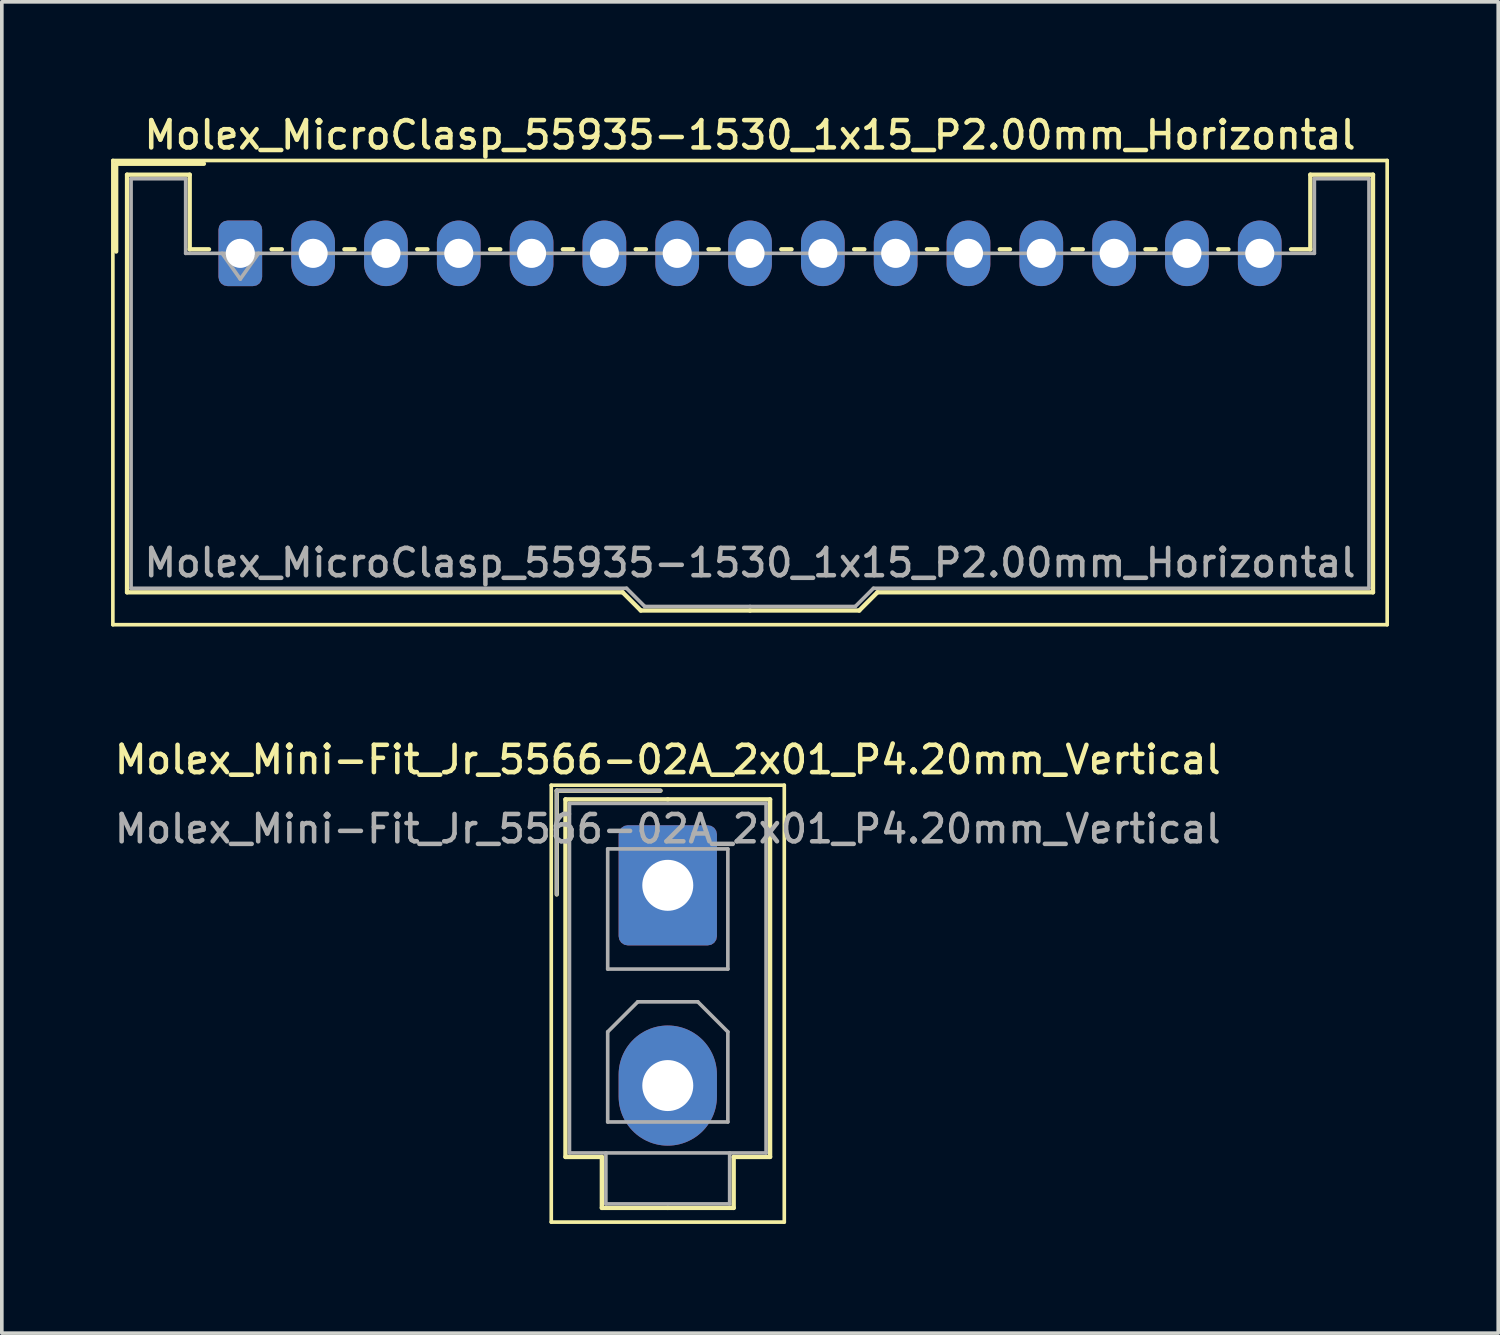
<source format=kicad_pcb>
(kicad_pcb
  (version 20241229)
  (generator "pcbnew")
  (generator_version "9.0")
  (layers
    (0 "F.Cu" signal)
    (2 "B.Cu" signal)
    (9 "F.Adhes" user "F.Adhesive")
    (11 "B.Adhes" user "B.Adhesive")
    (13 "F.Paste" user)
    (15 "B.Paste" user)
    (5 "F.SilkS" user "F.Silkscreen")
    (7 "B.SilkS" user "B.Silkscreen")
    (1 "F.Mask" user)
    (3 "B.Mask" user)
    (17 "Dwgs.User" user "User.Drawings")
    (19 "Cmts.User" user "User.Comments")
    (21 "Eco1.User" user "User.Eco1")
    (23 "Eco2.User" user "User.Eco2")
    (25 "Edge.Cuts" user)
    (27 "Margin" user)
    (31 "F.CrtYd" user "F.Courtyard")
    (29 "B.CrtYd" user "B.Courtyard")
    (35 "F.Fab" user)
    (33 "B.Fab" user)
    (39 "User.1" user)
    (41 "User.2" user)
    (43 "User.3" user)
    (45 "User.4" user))
  (footprint "Molex_Mini-Fit_Jr_5566-02A_2x01_P4.20mm_Vertical"
    (layer "F.Cu")
    (at 15.291 21.266)
    (property "Reference" "Molex_Mini-Fit_Jr_5566-02A_2x01_P4.20mm_Vertical" (at 0 -3.45 0) (layer "F.SilkS") (effects (font (size 0.75 0.75) (thickness 0.125))))
    (attr through_hole)
    (fp_line (start -3.2 -2.75) (end -3.2 9.25) (stroke (width 0.1) (type solid)) (layer "F.SilkS"))
    (fp_line (start -3.2 9.25) (end 3.2 9.25) (stroke (width 0.1) (type solid)) (layer "F.SilkS"))
    (fp_line (start -3.05 -2.6) (end -3.05 0.25) (stroke (width 0.12) (type solid)) (layer "F.SilkS"))
    (fp_line (start -2.81 -2.36) (end -2.81 7.46) (stroke (width 0.12) (type solid)) (layer "F.SilkS"))
    (fp_line (start -2.81 7.46) (end -1.81 7.46) (stroke (width 0.12) (type solid)) (layer "F.SilkS"))
    (fp_line (start -1.81 7.46) (end -1.81 8.86) (stroke (width 0.12) (type solid)) (layer "F.SilkS"))
    (fp_line (start -1.81 8.86) (end 0 8.86) (stroke (width 0.12) (type solid)) (layer "F.SilkS"))
    (fp_line (start -0.2 -2.6) (end -3.05 -2.6) (stroke (width 0.12) (type solid)) (layer "F.SilkS"))
    (fp_line (start 0 -2.36) (end -2.81 -2.36) (stroke (width 0.12) (type solid)) (layer "F.SilkS"))
    (fp_line (start 0 -2.36) (end 2.81 -2.36) (stroke (width 0.12) (type solid)) (layer "F.SilkS"))
    (fp_line (start 1.81 7.46) (end 1.81 8.86) (stroke (width 0.12) (type solid)) (layer "F.SilkS"))
    (fp_line (start 1.81 8.86) (end 0 8.86) (stroke (width 0.12) (type solid)) (layer "F.SilkS"))
    (fp_line (start 2.81 -2.36) (end 2.81 7.46) (stroke (width 0.12) (type solid)) (layer "F.SilkS"))
    (fp_line (start 2.81 7.46) (end 1.81 7.46) (stroke (width 0.12) (type solid)) (layer "F.SilkS"))
    (fp_line (start 3.2 -2.75) (end -3.2 -2.75) (stroke (width 0.1) (type solid)) (layer "F.SilkS"))
    (fp_line (start 3.2 9.25) (end 3.2 -2.75) (stroke (width 0.1) (type solid)) (layer "F.SilkS"))
    (fp_line (start -3.05 -2.6) (end -3.05 0.25) (stroke (width 0.1) (type solid)) (layer "F.Fab"))
    (fp_line (start -2.7 -2.25) (end -2.7 7.35) (stroke (width 0.1) (type solid)) (layer "F.Fab"))
    (fp_line (start -2.7 7.35) (end 2.7 7.35) (stroke (width 0.1) (type solid)) (layer "F.Fab"))
    (fp_line (start -1.7 7.35) (end -1.7 8.75) (stroke (width 0.1) (type solid)) (layer "F.Fab"))
    (fp_line (start -1.7 8.75) (end 1.7 8.75) (stroke (width 0.1) (type solid)) (layer "F.Fab"))
    (fp_line (start -1.65 -1) (end -1.65 2.3) (stroke (width 0.1) (type solid)) (layer "F.Fab"))
    (fp_line (start -1.65 2.3) (end 1.65 2.3) (stroke (width 0.1) (type solid)) (layer "F.Fab"))
    (fp_line (start -1.65 4.025) (end -0.825 3.2) (stroke (width 0.1) (type solid)) (layer "F.Fab"))
    (fp_line (start -1.65 6.5) (end -1.65 4.025) (stroke (width 0.1) (type solid)) (layer "F.Fab"))
    (fp_line (start -0.825 3.2) (end 0.825 3.2) (stroke (width 0.1) (type solid)) (layer "F.Fab"))
    (fp_line (start -0.2 -2.6) (end -3.05 -2.6) (stroke (width 0.1) (type solid)) (layer "F.Fab"))
    (fp_line (start 0.825 3.2) (end 1.65 4.025) (stroke (width 0.1) (type solid)) (layer "F.Fab"))
    (fp_line (start 1.65 -1) (end -1.65 -1) (stroke (width 0.1) (type solid)) (layer "F.Fab"))
    (fp_line (start 1.65 2.3) (end 1.65 -1) (stroke (width 0.1) (type solid)) (layer "F.Fab"))
    (fp_line (start 1.65 4.025) (end 1.65 6.5) (stroke (width 0.1) (type solid)) (layer "F.Fab"))
    (fp_line (start 1.65 6.5) (end -1.65 6.5) (stroke (width 0.1) (type solid)) (layer "F.Fab"))
    (fp_line (start 1.7 8.75) (end 1.7 7.35) (stroke (width 0.1) (type solid)) (layer "F.Fab"))
    (fp_line (start 2.7 -2.25) (end -2.7 -2.25) (stroke (width 0.1) (type solid)) (layer "F.Fab"))
    (fp_line (start 2.7 7.35) (end 2.7 -2.25) (stroke (width 0.1) (type solid)) (layer "F.Fab"))
    (fp_text user "${REFERENCE}" (at 0 -1.55 0) (layer "F.Fab") (effects (font (size 0.75 0.75) (thickness 0.125))))
    (pad "1" thru_hole roundrect (at 0 0) (size 2.7 3.3) (drill 1.4) (layers "*.Cu" "*.Mask") (roundrect_rratio 0.093))
    (pad "2" thru_hole oval (at 0 5.5) (size 2.7 3.3) (drill 1.4) (layers "*.Cu" "*.Mask")))
  (footprint "Molex_MicroClasp_55935-1530_1x15_P2.00mm_Horizontal"
    (layer "F.Cu")
    (at 3.55 3.908)
    (property "Reference" "Molex_MicroClasp_55935-1530_1x15_P2.00mm_Horizontal" (at 14 -3.25 0) (layer "F.SilkS") (effects (font (size 0.75 0.75) (thickness 0.125))))
    (attr through_hole)
    (fp_line (start -3.5 -2.55) (end -3.5 10.2) (stroke (width 0.1) (type solid)) (layer "F.SilkS"))
    (fp_line (start -3.5 10.2) (end 31.5 10.2) (stroke (width 0.1) (type solid)) (layer "F.SilkS"))
    (fp_line (start -3.41 -2.46) (end -1 -2.46) (stroke (width 0.12) (type solid)) (layer "F.SilkS"))
    (fp_line (start -3.41 -0.05) (end -3.41 -2.46) (stroke (width 0.12) (type solid)) (layer "F.SilkS"))
    (fp_line (start -3.11 -2.16) (end -1.39 -2.16) (stroke (width 0.12) (type solid)) (layer "F.SilkS"))
    (fp_line (start -3.11 9.31) (end -3.11 -2.16) (stroke (width 0.12) (type solid)) (layer "F.SilkS"))
    (fp_line (start -1.39 -2.16) (end -1.39 -0.11) (stroke (width 0.12) (type solid)) (layer "F.SilkS"))
    (fp_line (start -1.39 -0.11) (end -0.86 -0.11) (stroke (width 0.12) (type solid)) (layer "F.SilkS"))
    (fp_line (start 0.86 -0.11) (end 1.14 -0.11) (stroke (width 0.12) (type solid)) (layer "F.SilkS"))
    (fp_line (start 2.86 -0.11) (end 3.14 -0.11) (stroke (width 0.12) (type solid)) (layer "F.SilkS"))
    (fp_line (start 4.86 -0.11) (end 5.14 -0.11) (stroke (width 0.12) (type solid)) (layer "F.SilkS"))
    (fp_line (start 6.86 -0.11) (end 7.14 -0.11) (stroke (width 0.12) (type solid)) (layer "F.SilkS"))
    (fp_line (start 8.86 -0.11) (end 9.14 -0.11) (stroke (width 0.12) (type solid)) (layer "F.SilkS"))
    (fp_line (start 10.5 9.31) (end -3.11 9.31) (stroke (width 0.12) (type solid)) (layer "F.SilkS"))
    (fp_line (start 10.86 -0.11) (end 11.14 -0.11) (stroke (width 0.12) (type solid)) (layer "F.SilkS"))
    (fp_line (start 11 9.81) (end 10.5 9.31) (stroke (width 0.12) (type solid)) (layer "F.SilkS"))
    (fp_line (start 12.86 -0.11) (end 13.14 -0.11) (stroke (width 0.12) (type solid)) (layer "F.SilkS"))
    (fp_line (start 14 9.81) (end 11 9.81) (stroke (width 0.12) (type solid)) (layer "F.SilkS"))
    (fp_line (start 14 9.81) (end 17 9.81) (stroke (width 0.12) (type solid)) (layer "F.SilkS"))
    (fp_line (start 14.86 -0.11) (end 15.14 -0.11) (stroke (width 0.12) (type solid)) (layer "F.SilkS"))
    (fp_line (start 16.86 -0.11) (end 17.14 -0.11) (stroke (width 0.12) (type solid)) (layer "F.SilkS"))
    (fp_line (start 17 9.81) (end 17.5 9.31) (stroke (width 0.12) (type solid)) (layer "F.SilkS"))
    (fp_line (start 17.5 9.31) (end 31.11 9.31) (stroke (width 0.12) (type solid)) (layer "F.SilkS"))
    (fp_line (start 18.86 -0.11) (end 19.14 -0.11) (stroke (width 0.12) (type solid)) (layer "F.SilkS"))
    (fp_line (start 20.86 -0.11) (end 21.14 -0.11) (stroke (width 0.12) (type solid)) (layer "F.SilkS"))
    (fp_line (start 22.86 -0.11) (end 23.14 -0.11) (stroke (width 0.12) (type solid)) (layer "F.SilkS"))
    (fp_line (start 24.86 -0.11) (end 25.14 -0.11) (stroke (width 0.12) (type solid)) (layer "F.SilkS"))
    (fp_line (start 26.86 -0.11) (end 27.14 -0.11) (stroke (width 0.12) (type solid)) (layer "F.SilkS"))
    (fp_line (start 29.39 -2.16) (end 29.39 -0.11) (stroke (width 0.12) (type solid)) (layer "F.SilkS"))
    (fp_line (start 29.39 -0.11) (end 28.86 -0.11) (stroke (width 0.12) (type solid)) (layer "F.SilkS"))
    (fp_line (start 31.11 -2.16) (end 29.39 -2.16) (stroke (width 0.12) (type solid)) (layer "F.SilkS"))
    (fp_line (start 31.11 9.31) (end 31.11 -2.16) (stroke (width 0.12) (type solid)) (layer "F.SilkS"))
    (fp_line (start 31.5 -2.55) (end -3.5 -2.55) (stroke (width 0.1) (type solid)) (layer "F.SilkS"))
    (fp_line (start 31.5 10.2) (end 31.5 -2.55) (stroke (width 0.1) (type solid)) (layer "F.SilkS"))
    (fp_line (start -3 -2.05) (end -1.5 -2.05) (stroke (width 0.1) (type solid)) (layer "F.Fab"))
    (fp_line (start -3 9.2) (end -3 -2.05) (stroke (width 0.1) (type solid)) (layer "F.Fab"))
    (fp_line (start -1.5 -2.05) (end -1.5 0) (stroke (width 0.1) (type solid)) (layer "F.Fab"))
    (fp_line (start -1.5 0) (end 14 0) (stroke (width 0.1) (type solid)) (layer "F.Fab"))
    (fp_line (start -0.5 0) (end 0 0.707) (stroke (width 0.1) (type solid)) (layer "F.Fab"))
    (fp_line (start 0 0.707) (end 0.5 0) (stroke (width 0.1) (type solid)) (layer "F.Fab"))
    (fp_line (start 10.61 9.2) (end -3 9.2) (stroke (width 0.1) (type solid)) (layer "F.Fab"))
    (fp_line (start 11.11 9.7) (end 10.61 9.2) (stroke (width 0.1) (type solid)) (layer "F.Fab"))
    (fp_line (start 14 9.7) (end 11.11 9.7) (stroke (width 0.1) (type solid)) (layer "F.Fab"))
    (fp_line (start 14 9.7) (end 16.89 9.7) (stroke (width 0.1) (type solid)) (layer "F.Fab"))
    (fp_line (start 16.89 9.7) (end 17.39 9.2) (stroke (width 0.1) (type solid)) (layer "F.Fab"))
    (fp_line (start 17.39 9.2) (end 31 9.2) (stroke (width 0.1) (type solid)) (layer "F.Fab"))
    (fp_line (start 29.5 -2.05) (end 29.5 0) (stroke (width 0.1) (type solid)) (layer "F.Fab"))
    (fp_line (start 29.5 0) (end 14 0) (stroke (width 0.1) (type solid)) (layer "F.Fab"))
    (fp_line (start 31 -2.05) (end 29.5 -2.05) (stroke (width 0.1) (type solid)) (layer "F.Fab"))
    (fp_line (start 31 9.2) (end 31 -2.05) (stroke (width 0.1) (type solid)) (layer "F.Fab"))
    (fp_text user "${REFERENCE}" (at 14 8.5 0) (layer "F.Fab") (effects (font (size 0.75 0.75) (thickness 0.125))))
    (pad "1" thru_hole roundrect (at 0 0) (size 1.2 1.8) (drill 0.8) (layers "*.Cu" "*.Mask") (roundrect_rratio 0.208))
    (pad "2" thru_hole oval (at 2 0) (size 1.2 1.8) (drill 0.8) (layers "*.Cu" "*.Mask"))
    (pad "3" thru_hole oval (at 4 0) (size 1.2 1.8) (drill 0.8) (layers "*.Cu" "*.Mask"))
    (pad "4" thru_hole oval (at 6 0) (size 1.2 1.8) (drill 0.8) (layers "*.Cu" "*.Mask"))
    (pad "5" thru_hole oval (at 8 0) (size 1.2 1.8) (drill 0.8) (layers "*.Cu" "*.Mask"))
    (pad "6" thru_hole oval (at 10 0) (size 1.2 1.8) (drill 0.8) (layers "*.Cu" "*.Mask"))
    (pad "7" thru_hole oval (at 12 0) (size 1.2 1.8) (drill 0.8) (layers "*.Cu" "*.Mask"))
    (pad "8" thru_hole oval (at 14 0) (size 1.2 1.8) (drill 0.8) (layers "*.Cu" "*.Mask"))
    (pad "9" thru_hole oval (at 16 0) (size 1.2 1.8) (drill 0.8) (layers "*.Cu" "*.Mask"))
    (pad "10" thru_hole oval (at 18 0) (size 1.2 1.8) (drill 0.8) (layers "*.Cu" "*.Mask"))
    (pad "11" thru_hole oval (at 20 0) (size 1.2 1.8) (drill 0.8) (layers "*.Cu" "*.Mask"))
    (pad "12" thru_hole oval (at 22 0) (size 1.2 1.8) (drill 0.8) (layers "*.Cu" "*.Mask"))
    (pad "13" thru_hole oval (at 24 0) (size 1.2 1.8) (drill 0.8) (layers "*.Cu" "*.Mask"))
    (pad "14" thru_hole oval (at 26 0) (size 1.2 1.8) (drill 0.8) (layers "*.Cu" "*.Mask"))
    (pad "15" thru_hole oval (at 28 0) (size 1.2 1.8) (drill 0.8) (layers "*.Cu" "*.Mask")))
  (gr_rect
    (start -3 -3)
    (end 38.1 33.566)
    (stroke (width 0.1) (type default))
    (fill no)
    (layer "Edge.Cuts")))
</source>
